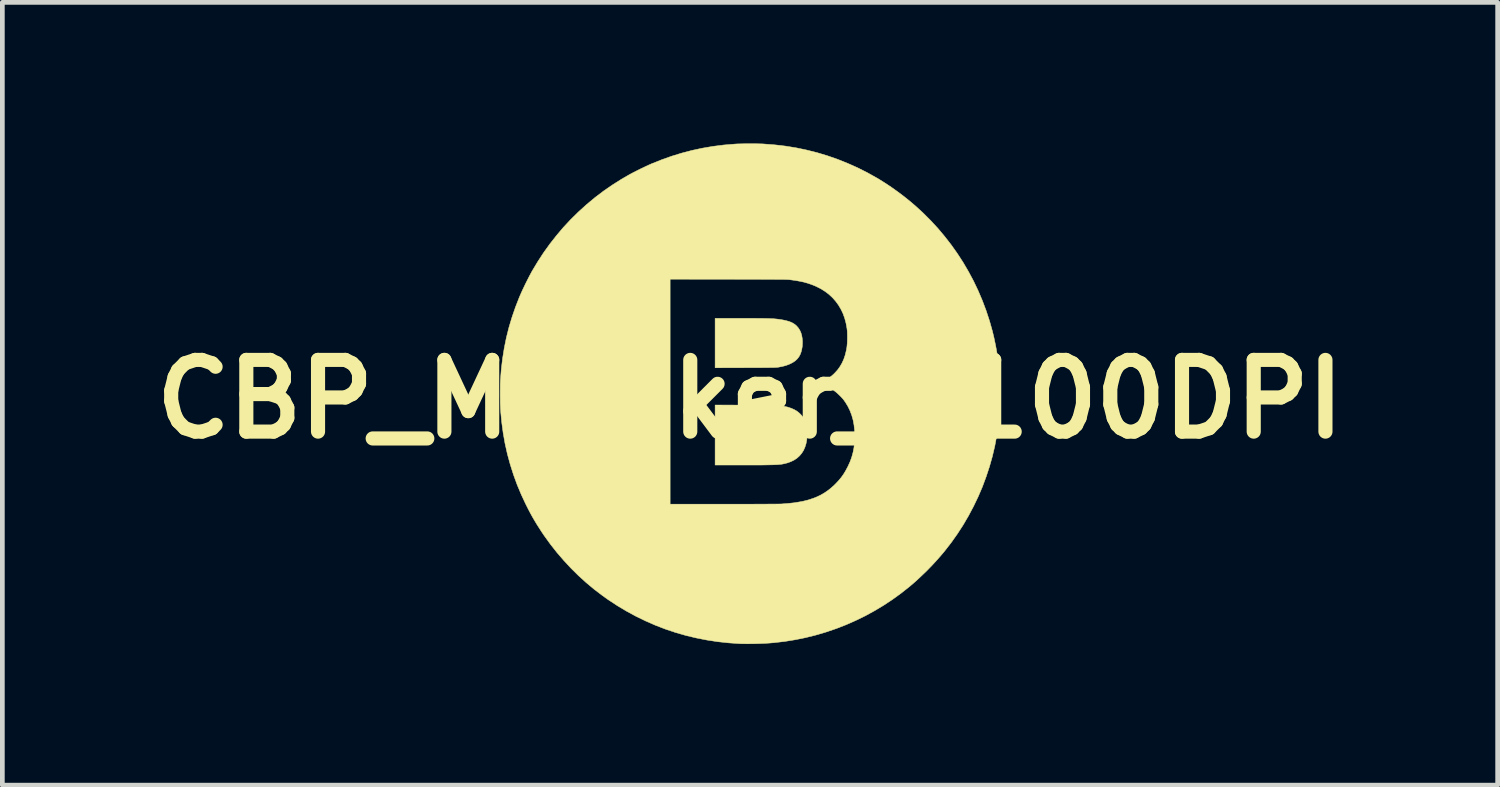
<source format=kicad_pcb>
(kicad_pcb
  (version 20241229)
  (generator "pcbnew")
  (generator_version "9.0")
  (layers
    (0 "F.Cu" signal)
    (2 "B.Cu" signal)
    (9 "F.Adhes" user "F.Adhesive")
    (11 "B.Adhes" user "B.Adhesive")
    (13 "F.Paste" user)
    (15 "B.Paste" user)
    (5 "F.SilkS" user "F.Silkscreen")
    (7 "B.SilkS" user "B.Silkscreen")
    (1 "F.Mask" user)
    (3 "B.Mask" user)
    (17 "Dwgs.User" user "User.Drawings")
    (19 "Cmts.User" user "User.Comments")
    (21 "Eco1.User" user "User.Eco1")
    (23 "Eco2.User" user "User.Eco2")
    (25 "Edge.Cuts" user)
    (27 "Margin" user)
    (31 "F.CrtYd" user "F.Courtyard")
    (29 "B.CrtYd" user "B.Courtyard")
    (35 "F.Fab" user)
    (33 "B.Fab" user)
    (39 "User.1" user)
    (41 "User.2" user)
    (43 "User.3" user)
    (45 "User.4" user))
  (footprint "CBP_Moniker_5100DPI"
    (layer "F.Cu")
    (at 12.889 5.433)
    (property "Reference" "CBP_Moniker_5100DPI" (at 0 0 0) (layer "F.SilkS") (effects (font (size 1.524 1.524) (thickness 0.3))))
    (attr through_hole)
    (fp_poly (pts (xy -0.195 -1.718) (xy -0.095 -1.718) (xy -0.003 -1.718) (xy 0.08 -1.718) (xy 0.154 -1.717) (xy 0.221 -1.717) (xy 0.282 -1.716) (xy 0.336 -1.715) (xy 0.385 -1.714) (xy 0.428 -1.712) (xy 0.468 -1.711) (xy 0.503 -1.709) (xy 0.536 -1.706) (xy 0.566 -1.703) (xy 0.594 -1.7) (xy 0.621 -1.696) (xy 0.648 -1.692) (xy 0.674 -1.688) (xy 0.701 -1.683) (xy 0.712 -1.681) (xy 0.774 -1.667) (xy 0.827 -1.652) (xy 0.872 -1.635) (xy 0.912 -1.615) (xy 0.948 -1.592) (xy 0.981 -1.565) (xy 0.992 -1.554) (xy 1.028 -1.512) (xy 1.058 -1.465) (xy 1.082 -1.412) (xy 1.099 -1.354) (xy 1.11 -1.288) (xy 1.114 -1.24) (xy 1.114 -1.179) (xy 1.11 -1.118) (xy 1.1 -1.059) (xy 1.086 -1.004) (xy 1.068 -0.955) (xy 1.063 -0.944) (xy 1.036 -0.896) (xy 1.002 -0.854) (xy 0.962 -0.816) (xy 0.913 -0.783) (xy 0.869 -0.759) (xy 0.822 -0.738) (xy 0.774 -0.72) (xy 0.723 -0.705) (xy 0.667 -0.692) (xy 0.604 -0.68) (xy 0.58 -0.677) (xy 0.57 -0.676) (xy 0.554 -0.675) (xy 0.532 -0.674) (xy 0.502 -0.673) (xy 0.466 -0.672) (xy 0.422 -0.672) (xy 0.37 -0.671) (xy 0.309 -0.671) (xy 0.241 -0.67) (xy 0.163 -0.67) (xy 0.077 -0.669) (xy -0.019 -0.669) (xy -0.101 -0.669) (xy -0.742 -0.667) (xy -0.742 -1.718) (xy -0.195 -1.718)) (stroke (width 0.01) (type solid)) (fill yes) (layer "F.SilkS"))
    (fp_poly (pts (xy -0.088 0.126) (xy 0.008 0.126) (xy 0.095 0.127) (xy 0.173 0.127) (xy 0.243 0.127) (xy 0.305 0.128) (xy 0.36 0.128) (xy 0.409 0.129) (xy 0.452 0.129) (xy 0.489 0.13) (xy 0.522 0.131) (xy 0.55 0.132) (xy 0.575 0.133) (xy 0.597 0.134) (xy 0.617 0.136) (xy 0.634 0.137) (xy 0.651 0.139) (xy 0.666 0.141) (xy 0.682 0.144) (xy 0.698 0.146) (xy 0.715 0.149) (xy 0.799 0.168) (xy 0.875 0.193) (xy 0.944 0.224) (xy 1.005 0.261) (xy 1.058 0.305) (xy 1.104 0.354) (xy 1.125 0.383) (xy 1.156 0.435) (xy 1.18 0.491) (xy 1.197 0.55) (xy 1.208 0.615) (xy 1.214 0.685) (xy 1.214 0.777) (xy 1.206 0.864) (xy 1.191 0.944) (xy 1.168 1.018) (xy 1.138 1.086) (xy 1.1 1.147) (xy 1.055 1.201) (xy 1.003 1.249) (xy 0.943 1.29) (xy 0.876 1.324) (xy 0.802 1.352) (xy 0.764 1.362) (xy 0.744 1.367) (xy 0.724 1.372) (xy 0.704 1.376) (xy 0.684 1.38) (xy 0.662 1.383) (xy 0.638 1.386) (xy 0.612 1.388) (xy 0.583 1.391) (xy 0.55 1.392) (xy 0.514 1.394) (xy 0.473 1.395) (xy 0.426 1.396) (xy 0.374 1.397) (xy 0.316 1.398) (xy 0.25 1.399) (xy 0.178 1.399) (xy 0.097 1.399) (xy 0.007 1.399) (xy -0.091 1.399) (xy -0.138 1.399) (xy -0.742 1.399) (xy -0.742 0.124) (xy -0.088 0.126)) (stroke (width 0.01) (type solid)) (fill yes) (layer "F.SilkS"))
    (fp_poly (pts (xy 0.068 -5.428) (xy 0.125 -5.428) (xy 0.178 -5.427) (xy 0.226 -5.426) (xy 0.267 -5.425) (xy 0.294 -5.423) (xy 0.526 -5.405) (xy 0.756 -5.378) (xy 0.983 -5.341) (xy 1.207 -5.294) (xy 1.429 -5.238) (xy 1.648 -5.172) (xy 1.863 -5.097) (xy 2.075 -5.012) (xy 2.284 -4.919) (xy 2.489 -4.816) (xy 2.691 -4.703) (xy 2.734 -4.678) (xy 2.867 -4.595) (xy 3.002 -4.505) (xy 3.137 -4.409) (xy 3.27 -4.309) (xy 3.397 -4.207) (xy 3.504 -4.116) (xy 3.673 -3.962) (xy 3.835 -3.8) (xy 3.99 -3.633) (xy 4.136 -3.459) (xy 4.276 -3.279) (xy 4.407 -3.094) (xy 4.53 -2.904) (xy 4.644 -2.709) (xy 4.751 -2.509) (xy 4.848 -2.305) (xy 4.937 -2.096) (xy 5.017 -1.884) (xy 5.088 -1.668) (xy 5.15 -1.449) (xy 5.182 -1.317) (xy 5.222 -1.126) (xy 5.256 -0.935) (xy 5.282 -0.742) (xy 5.301 -0.545) (xy 5.309 -0.436) (xy 5.31 -0.414) (xy 5.311 -0.384) (xy 5.312 -0.347) (xy 5.313 -0.304) (xy 5.313 -0.257) (xy 5.314 -0.207) (xy 5.314 -0.155) (xy 5.314 -0.117) (xy 5.314 -0.032) (xy 5.313 0.045) (xy 5.311 0.116) (xy 5.309 0.181) (xy 5.306 0.244) (xy 5.302 0.305) (xy 5.297 0.367) (xy 5.291 0.43) (xy 5.283 0.498) (xy 5.276 0.553) (xy 5.243 0.777) (xy 5.201 1) (xy 5.149 1.22) (xy 5.087 1.438) (xy 5.016 1.653) (xy 4.937 1.865) (xy 4.848 2.073) (xy 4.75 2.277) (xy 4.644 2.477) (xy 4.53 2.672) (xy 4.407 2.862) (xy 4.276 3.047) (xy 4.137 3.226) (xy 4.099 3.272) (xy 3.992 3.396) (xy 3.878 3.521) (xy 3.758 3.645) (xy 3.634 3.764) (xy 3.51 3.879) (xy 3.392 3.98) (xy 3.214 4.121) (xy 3.031 4.254) (xy 2.842 4.379) (xy 2.649 4.495) (xy 2.45 4.604) (xy 2.247 4.703) (xy 2.041 4.794) (xy 1.83 4.876) (xy 1.616 4.949) (xy 1.399 5.013) (xy 1.179 5.068) (xy 0.957 5.113) (xy 0.734 5.149) (xy 0.508 5.175) (xy 0.486 5.177) (xy 0.411 5.183) (xy 0.331 5.188) (xy 0.246 5.192) (xy 0.159 5.195) (xy 0.072 5.197) (xy -0.012 5.198) (xy -0.093 5.198) (xy -0.167 5.197) (xy -0.22 5.195) (xy -0.454 5.179) (xy -0.686 5.154) (xy -0.914 5.119) (xy -1.14 5.075) (xy -1.362 5.022) (xy -1.582 4.959) (xy -1.797 4.887) (xy -2.01 4.805) (xy -2.218 4.714) (xy -2.424 4.614) (xy -2.625 4.505) (xy -2.822 4.387) (xy -3.016 4.26) (xy -3.136 4.174) (xy -3.311 4.041) (xy -3.481 3.899) (xy -3.646 3.749) (xy -3.805 3.592) (xy -3.957 3.428) (xy -4.103 3.259) (xy -4.241 3.084) (xy -4.371 2.904) (xy -4.425 2.824) (xy -4.48 2.739) (xy -4.531 2.659) (xy -4.578 2.581) (xy -4.623 2.504) (xy -4.667 2.424) (xy -4.711 2.34) (xy -4.757 2.249) (xy -4.763 2.236) (xy -4.766 2.231) (xy -1.698 2.231) (xy -0.552 2.231) (xy -0.419 2.231) (xy -0.293 2.231) (xy -0.173 2.231) (xy -0.06 2.231) (xy 0.046 2.231) (xy 0.145 2.23) (xy 0.236 2.23) (xy 0.32 2.23) (xy 0.395 2.229) (xy 0.463 2.229) (xy 0.521 2.229) (xy 0.571 2.228) (xy 0.613 2.228) (xy 0.644 2.227) (xy 0.667 2.227) (xy 0.677 2.226) (xy 0.807 2.216) (xy 0.929 2.203) (xy 1.042 2.185) (xy 1.148 2.164) (xy 1.247 2.139) (xy 1.339 2.108) (xy 1.426 2.074) (xy 1.508 2.034) (xy 1.585 1.989) (xy 1.659 1.938) (xy 1.729 1.882) (xy 1.797 1.82) (xy 1.83 1.787) (xy 1.888 1.724) (xy 1.94 1.661) (xy 1.987 1.595) (xy 2.03 1.524) (xy 2.072 1.446) (xy 2.084 1.422) (xy 2.127 1.327) (xy 2.161 1.233) (xy 2.188 1.136) (xy 2.208 1.037) (xy 2.22 0.934) (xy 2.226 0.825) (xy 2.226 0.782) (xy 2.222 0.663) (xy 2.21 0.55) (xy 2.19 0.442) (xy 2.161 0.34) (xy 2.124 0.243) (xy 2.079 0.151) (xy 2.026 0.064) (xy 1.985 0.007) (xy 1.962 -0.02) (xy 1.933 -0.051) (xy 1.901 -0.083) (xy 1.867 -0.115) (xy 1.835 -0.144) (xy 1.805 -0.168) (xy 1.804 -0.168) (xy 1.749 -0.207) (xy 1.686 -0.245) (xy 1.621 -0.28) (xy 1.555 -0.31) (xy 1.535 -0.319) (xy 1.517 -0.326) (xy 1.503 -0.332) (xy 1.495 -0.336) (xy 1.494 -0.336) (xy 1.498 -0.339) (xy 1.509 -0.346) (xy 1.525 -0.355) (xy 1.54 -0.364) (xy 1.61 -0.405) (xy 1.672 -0.447) (xy 1.728 -0.489) (xy 1.779 -0.534) (xy 1.803 -0.558) (xy 1.861 -0.622) (xy 1.912 -0.693) (xy 1.956 -0.769) (xy 1.993 -0.851) (xy 2.023 -0.94) (xy 2.046 -1.036) (xy 2.058 -1.102) (xy 2.062 -1.141) (xy 2.066 -1.187) (xy 2.068 -1.238) (xy 2.069 -1.293) (xy 2.069 -1.347) (xy 2.068 -1.4) (xy 2.066 -1.448) (xy 2.062 -1.49) (xy 2.06 -1.504) (xy 2.04 -1.615) (xy 2.012 -1.72) (xy 1.976 -1.82) (xy 1.931 -1.913) (xy 1.879 -2.001) (xy 1.819 -2.083) (xy 1.752 -2.158) (xy 1.677 -2.228) (xy 1.595 -2.29) (xy 1.505 -2.346) (xy 1.459 -2.37) (xy 1.384 -2.406) (xy 1.307 -2.437) (xy 1.227 -2.464) (xy 1.143 -2.488) (xy 1.053 -2.507) (xy 0.956 -2.524) (xy 0.852 -2.538) (xy 0.843 -2.539) (xy 0.834 -2.54) (xy 0.824 -2.541) (xy 0.812 -2.542) (xy 0.799 -2.542) (xy 0.783 -2.543) (xy 0.764 -2.544) (xy 0.742 -2.544) (xy 0.717 -2.545) (xy 0.688 -2.545) (xy 0.655 -2.545) (xy 0.617 -2.546) (xy 0.574 -2.546) (xy 0.526 -2.546) (xy 0.472 -2.547) (xy 0.411 -2.547) (xy 0.345 -2.547) (xy 0.271 -2.547) (xy 0.19 -2.548) (xy 0.101 -2.548) (xy 0.004 -2.548) (xy -0.101 -2.548) (xy -0.215 -2.548) (xy -0.338 -2.549) (xy -0.459 -2.549) (xy -1.698 -2.55) (xy -1.698 2.231) (xy -4.766 2.231) (xy -4.861 2.028) (xy -4.949 1.818) (xy -5.027 1.604) (xy -5.096 1.387) (xy -5.156 1.167) (xy -5.206 0.945) (xy -5.246 0.719) (xy -5.277 0.49) (xy -5.299 0.259) (xy -5.304 0.175) (xy -5.305 0.141) (xy -5.307 0.098) (xy -5.308 0.05) (xy -5.308 -0.004) (xy -5.309 -0.061) (xy -5.309 -0.12) (xy -5.309 -0.178) (xy -5.308 -0.234) (xy -5.308 -0.287) (xy -5.307 -0.335) (xy -5.305 -0.376) (xy -5.304 -0.403) (xy -5.286 -0.635) (xy -5.259 -0.862) (xy -5.223 -1.086) (xy -5.178 -1.308) (xy -5.123 -1.526) (xy -5.058 -1.743) (xy -4.984 -1.958) (xy -4.9 -2.172) (xy -4.883 -2.211) (xy -4.863 -2.257) (xy -4.839 -2.31) (xy -4.812 -2.367) (xy -4.783 -2.428) (xy -4.753 -2.489) (xy -4.722 -2.55) (xy -4.693 -2.607) (xy -4.665 -2.66) (xy -4.64 -2.706) (xy -4.634 -2.717) (xy -4.515 -2.916) (xy -4.389 -3.11) (xy -4.255 -3.297) (xy -4.113 -3.478) (xy -3.965 -3.653) (xy -3.808 -3.821) (xy -3.645 -3.981) (xy -3.475 -4.135) (xy -3.299 -4.282) (xy -3.116 -4.421) (xy -2.926 -4.552) (xy -2.73 -4.676) (xy -2.597 -4.753) (xy -2.553 -4.778) (xy -2.502 -4.805) (xy -2.445 -4.834) (xy -2.385 -4.865) (xy -2.324 -4.895) (xy -2.263 -4.924) (xy -2.205 -4.952) (xy -2.151 -4.977) (xy -2.103 -4.998) (xy -2.092 -5.003) (xy -1.879 -5.088) (xy -1.665 -5.164) (xy -1.45 -5.23) (xy -1.233 -5.287) (xy -1.014 -5.334) (xy -0.792 -5.372) (xy -0.567 -5.401) (xy -0.338 -5.42) (xy -0.284 -5.424) (xy -0.25 -5.425) (xy -0.208 -5.426) (xy -0.159 -5.427) (xy -0.105 -5.428) (xy -0.049 -5.428) (xy 0.01 -5.428) (xy 0.068 -5.428)) (stroke (width 0.01) (type solid)) (fill yes) (layer "F.SilkS")))
  (gr_rect
    (start -3 -3)
    (end 28.777 13.636)
    (stroke (width 0.1) (type default))
    (fill no)
    (layer "Edge.Cuts")))
</source>
